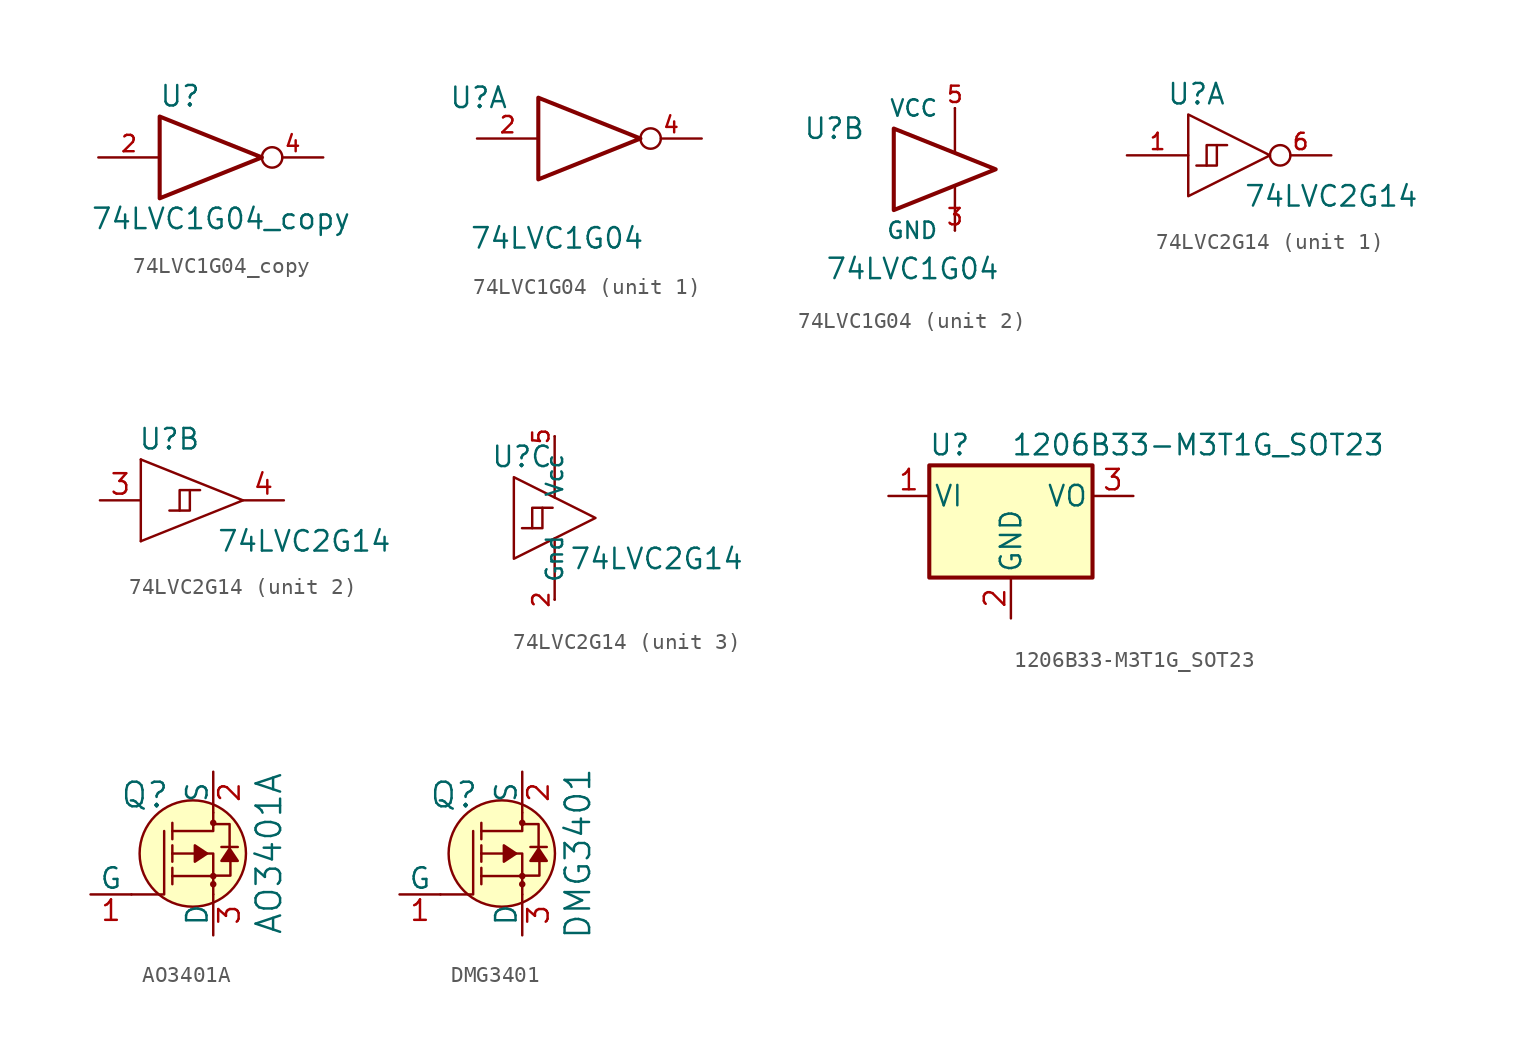
<source format=kicad_sym>
(kicad_symbol_lib
  (version 20211014)
  (generator kicad_symbol_editor)
  (symbol "74LVC1G04_copy"
    (pin_names
      (offset 1.016))
    (property "Reference" "U"
      (at -2.54 3.81 0)
      (effects (font (size 1.27 1.27))))
    (property "Value" "74LVC1G04_copy"
      (at 0 -3.81 0)
      (effects (font (size 1.27 1.27))))
    (symbol "74LVC1G04_copy_0_1"
      (polyline (pts (xy -3.81 2.54) (xy -3.81 -2.54) (xy 2.54 0) (xy -3.81 2.54)) (stroke (width 0.254) (type default) (color 0 0 0 0)) (fill (type none))))
    (symbol "74LVC1G04_copy_1_1"
      (pin input line (at -7.62 0 0) (length 3.81) (name "~" (effects (font (size 1.016 1.016)))) (number "2" (effects (font (size 1.016 1.016)))))
      (pin power_in line (at 0 -2.54 270) (length 0) hide (name "GND" (effects (font (size 1.016 1.016)))) (number "3" (effects (font (size 1.016 1.016)))))
      (pin output inverted (at 6.35 0 180) (length 3.81) (name "~" (effects (font (size 1.016 1.016)))) (number "4" (effects (font (size 1.016 1.016)))))
      (pin power_in line (at 0 2.54 90) (length 0) hide (name "VCC" (effects (font (size 1.016 1.016)))) (number "5" (effects (font (size 1.016 1.016)))))))
  (symbol "74LVC1G04"
    (pin_names
      (offset 1.016))
    (property "Reference" "U"
      (at -7.518 2.54 0)
      (effects (font (size 1.27 1.27))))
    (property "Value" "74LVC1G04"
      (at -2.642 -6.198 0)
      (effects (font (size 1.27 1.27))))
    (property "ki_locked" ""
      (at 0 0 0)
      (effects (font (size 1.27 1.27))))
    (symbol "74LVC1G04_0_1"
      (polyline (pts (xy -3.81 2.54) (xy -3.81 -2.54) (xy 2.54 0) (xy -3.81 2.54)) (stroke (width 0.254) (type default) (color 0 0 0 0)) (fill (type none))))
    (symbol "74LVC1G04_1_1"
      (pin input line (at -7.62 0 0) (length 3.81) (name "~" (effects (font (size 1.016 1.016)))) (number "2" (effects (font (size 1.016 1.016)))))
      (pin output inverted (at 6.35 0 180) (length 3.81) (name "~" (effects (font (size 1.016 1.016)))) (number "4" (effects (font (size 1.016 1.016))))))
    (symbol "74LVC1G04_2_1"
      (polyline (pts (xy 0 -3.81) (xy 0 -1.016)) (stroke (width 0) (type default) (color 0 0 0 0)) (fill (type none)))
      (polyline (pts (xy 0 3.81) (xy 0 1.092) (xy 0 1.118)) (stroke (width 0) (type default) (color 0 0 0 0)) (fill (type none)))
      (pin power_in line (at 0 -3.81 180) (length 0) (name "GND" (effects (font (size 1.016 1.016)))) (number "3" (effects (font (size 1.016 1.016)))))
      (pin power_in line (at 0 3.81 180) (length 0) (name "VCC" (effects (font (size 1.016 1.016)))) (number "5" (effects (font (size 1.016 1.016)))))))
  (symbol "74LVC2G14"
    (pin_names
      (offset 1.016))
    (property "Reference" "U"
      (at -0.762 3.81 0)
      (effects (font (size 1.27 1.27))))
    (property "Value" "74LVC2G14"
      (at 7.62 -2.54 0)
      (effects (font (size 1.27 1.27))))
    (property "ki_locked" ""
      (at 0 0 0)
      (effects (font (size 1.27 1.27))))
    (symbol "74LVC2G14_0_1"
      (polyline (pts (xy -0.127 -0.635) (xy 0.508 -0.635) (xy 0.508 0.635)) (stroke (width 0) (type default) (color 0 0 0 0)) (fill (type none)))
      (polyline (pts (xy -0.762 -0.635) (xy -0.127 -0.635) (xy -0.127 0.635) (xy 1.143 0.635)) (stroke (width 0) (type default) (color 0 0 0 0)) (fill (type none))))
    (symbol "74LVC2G14_1_1"
      (polyline (pts (xy -1.27 2.54) (xy -1.27 -2.54) (xy 3.81 0) (xy -1.27 2.54)) (stroke (width 0) (type default) (color 0 0 0 0)) (fill (type none)))
      (pin input line (at -5.08 0 0) (length 3.81) (name "~" (effects (font (size 1.016 1.016)))) (number "1" (effects (font (size 1.016 1.016)))))
      (pin output inverted (at 7.62 0 180) (length 3.81) (name "~" (effects (font (size 1.016 1.016)))) (number "6" (effects (font (size 1.016 1.016))))))
    (symbol "74LVC2G14_2_1"
      (polyline (pts (xy -2.54 2.54) (xy -2.54 -2.54)) (stroke (width 0) (type default) (color 0 0 0 0)) (fill (type none)))
      (polyline (pts (xy -2.54 2.54) (xy 3.81 0) (xy -2.54 -2.54)) (stroke (width 0) (type default) (color 0 0 0 0)) (fill (type none)))
      (pin input line (at -5.08 0 0) (length 2.54) (name "~" (effects (font (size 1.27 1.27)))) (number "3" (effects (font (size 1.27 1.27)))))
      (pin output line (at 6.35 0 180) (length 2.54) (name "~" (effects (font (size 1.27 1.27)))) (number "4" (effects (font (size 1.27 1.27))))))
    (symbol "74LVC2G14_3_1"
      (polyline (pts (xy 1.27 -1.27) (xy 1.27 -5.08)) (stroke (width 0) (type default) (color 0 0 0 0)) (fill (type none)))
      (polyline (pts (xy 1.27 1.27) (xy 1.27 5.08)) (stroke (width 0) (type default) (color 0 0 0 0)) (fill (type none)))
      (polyline (pts (xy 3.81 0) (xy -1.27 -2.54) (xy -1.27 2.54) (xy 3.81 0)) (stroke (width 0) (type default) (color 0 0 0 0)) (fill (type none)))
      (pin power_in line (at 1.27 -5.08 90) (length 0) (name "Gnd" (effects (font (size 1.016 1.016)))) (number "2" (effects (font (size 1.016 1.016)))))
      (pin power_in line (at 1.27 5.08 270) (length 0) (name "Vcc" (effects (font (size 1.016 1.016)))) (number "5" (effects (font (size 1.016 1.016)))))))
  (symbol "1206B33-M3T1G_SOT23"
    (pin_names
      (offset 0.254))
    (property "Reference" "U"
      (at -3.81 3.175 0)
      (effects (font (size 1.27 1.27))))
    (property "Value" "1206B33-M3T1G_SOT23"
      (at 0 3.175 0)
      (effects (font (size 1.27 1.27)) (justify left)))
    (symbol "1206B33-M3T1G_SOT23_0_1"
      (rectangle (start -5.08 -5.08) (end 5.08 1.905) (stroke (width 0.254) (type default) (color 0 0 0 0)) (fill (type background))))
    (symbol "1206B33-M3T1G_SOT23_1_1"
      (pin power_in line (at -7.62 0 0) (length 2.54) (name "VI" (effects (font (size 1.27 1.27)))) (number "1" (effects (font (size 1.27 1.27)))))
      (pin power_in line (at 0 -7.62 90) (length 2.54) (name "GND" (effects (font (size 1.27 1.27)))) (number "2" (effects (font (size 1.27 1.27)))))
      (pin power_out line (at 7.62 0 180) (length 2.54) (name "VO" (effects (font (size 1.27 1.27)))) (number "3" (effects (font (size 1.27 1.27)))))))
  (symbol "AO3401A"
    (pin_names
      (offset 0))
    (property "Reference" "Q"
      (at -2.692 3.632 0)
      (effects (font (size 1.524 1.524)) (justify right)))
    (property "Value" "AO3401A"
      (at 3.454 0 90)
      (effects (font (size 1.524 1.524))))
    (symbol "AO3401A_0_1"
      (circle (center -1.27 0) (radius 3.302) (stroke (width 0) (type default) (color 0 0 0 0)) (fill (type background)))
      (circle (center 0 -1.905) (radius 0.127) (stroke (width 0) (type default) (color 0 0 0 0)) (fill (type none)))
      (circle (center 0 -1.397) (radius 0.127) (stroke (width 0) (type default) (color 0 0 0 0)) (fill (type none)))
      (polyline (pts (xy 0 -1.397) (xy -2.54 -1.397)) (stroke (width 0) (type default) (color 0 0 0 0)) (fill (type none)))
      (polyline (pts (xy -5.08 -2.54) (xy -3.048 -2.54) (xy -3.048 1.397)) (stroke (width 0) (type default) (color 0 0 0 0)) (fill (type none)))
      (polyline (pts (xy 0 -2.54) (xy 0 0) (xy -2.54 0)) (stroke (width 0) (type default) (color 0 0 0 0)) (fill (type none)))
      (polyline (pts (xy 0 2.54) (xy 0 1.397) (xy -2.54 1.397)) (stroke (width 0) (type default) (color 0 0 0 0)) (fill (type none)))
      (polyline (pts (xy 1.016 0.356) (xy 1.016 1.829) (xy 0.051 1.829)) (stroke (width 0) (type default) (color 0 0 0 0)) (fill (type none)))
      (polyline (pts (xy 1.067 -0.508) (xy 1.067 -1.372) (xy 0.102 -1.372) (xy 0.102 -1.473)) (stroke (width 0) (type default) (color 0 0 0 0)) (fill (type none)))
      (circle (center 0 1.905) (radius 0.127) (stroke (width 0) (type default) (color 0 0 0 0)) (fill (type none))))
    (symbol "AO3401A_1_1"
      (polyline (pts (xy -2.54 -1.397) (xy -2.54 -1.905)) (stroke (width 0) (type default) (color 0 0 0 0)) (fill (type none)))
      (polyline (pts (xy -2.54 -1.397) (xy -2.54 -0.889)) (stroke (width 0) (type default) (color 0 0 0 0)) (fill (type none)))
      (polyline (pts (xy -2.54 0) (xy -2.54 -0.508)) (stroke (width 0) (type default) (color 0 0 0 0)) (fill (type none)))
      (polyline (pts (xy -2.54 0) (xy -2.54 0.508)) (stroke (width 0) (type default) (color 0 0 0 0)) (fill (type none)))
      (polyline (pts (xy -2.54 1.905) (xy -2.54 0.889)) (stroke (width 0) (type default) (color 0 0 0 0)) (fill (type none)))
      (polyline (pts (xy 1.524 0.406) (xy 0.508 0.406)) (stroke (width 0) (type default) (color 0 0 0 0)) (fill (type none)))
      (polyline (pts (xy -0.381 0) (xy -1.143 0.508) (xy -1.143 -0.508) (xy -0.381 0)) (stroke (width 0) (type default) (color 0 0 0 0)) (fill (type outline)))
      (polyline (pts (xy 1.016 0.305) (xy 1.524 -0.457) (xy 0.508 -0.457) (xy 1.016 0.305)) (stroke (width 0) (type default) (color 0 0 0 0)) (fill (type outline)))
      (pin bidirectional line (at -7.62 -2.54 0) (length 2.54) (name "G" (effects (font (size 1.27 1.27)))) (number "1" (effects (font (size 1.27 1.27)))))
      (pin bidirectional line (at 0 5.08 270) (length 2.54) (name "S" (effects (font (size 1.27 1.27)))) (number "2" (effects (font (size 1.27 1.27)))))
      (pin bidirectional line (at 0 -5.08 90) (length 2.54) (name "D" (effects (font (size 1.27 1.27)))) (number "3" (effects (font (size 1.27 1.27)))))))
  (symbol "DMG3401"
    (pin_names
      (offset 0))
    (property "Reference" "Q"
      (at -2.692 3.632 0)
      (effects (font (size 1.524 1.524)) (justify right)))
    (property "Value" "DMG3401"
      (at 3.454 0 90)
      (effects (font (size 1.524 1.524))))
    (symbol "DMG3401_0_1"
      (circle (center -1.27 0) (radius 3.302) (stroke (width 0) (type default) (color 0 0 0 0)) (fill (type background)))
      (circle (center 0 -1.905) (radius 0.127) (stroke (width 0) (type default) (color 0 0 0 0)) (fill (type none)))
      (circle (center 0 -1.397) (radius 0.127) (stroke (width 0) (type default) (color 0 0 0 0)) (fill (type none)))
      (polyline (pts (xy 0 -1.397) (xy -2.54 -1.397)) (stroke (width 0) (type default) (color 0 0 0 0)) (fill (type none)))
      (polyline (pts (xy -5.08 -2.54) (xy -3.048 -2.54) (xy -3.048 1.397)) (stroke (width 0) (type default) (color 0 0 0 0)) (fill (type none)))
      (polyline (pts (xy 0 -2.54) (xy 0 0) (xy -2.54 0)) (stroke (width 0) (type default) (color 0 0 0 0)) (fill (type none)))
      (polyline (pts (xy 0 2.54) (xy 0 1.397) (xy -2.54 1.397)) (stroke (width 0) (type default) (color 0 0 0 0)) (fill (type none)))
      (polyline (pts (xy 1.016 0.356) (xy 1.016 1.829) (xy 0.051 1.829)) (stroke (width 0) (type default) (color 0 0 0 0)) (fill (type none)))
      (polyline (pts (xy 1.067 -0.508) (xy 1.067 -1.372) (xy 0.102 -1.372) (xy 0.102 -1.473)) (stroke (width 0) (type default) (color 0 0 0 0)) (fill (type none)))
      (circle (center 0 1.905) (radius 0.127) (stroke (width 0) (type default) (color 0 0 0 0)) (fill (type none))))
    (symbol "DMG3401_1_1"
      (polyline (pts (xy -2.54 -1.397) (xy -2.54 -1.905)) (stroke (width 0) (type default) (color 0 0 0 0)) (fill (type none)))
      (polyline (pts (xy -2.54 -1.397) (xy -2.54 -0.889)) (stroke (width 0) (type default) (color 0 0 0 0)) (fill (type none)))
      (polyline (pts (xy -2.54 0) (xy -2.54 -0.508)) (stroke (width 0) (type default) (color 0 0 0 0)) (fill (type none)))
      (polyline (pts (xy -2.54 0) (xy -2.54 0.508)) (stroke (width 0) (type default) (color 0 0 0 0)) (fill (type none)))
      (polyline (pts (xy -2.54 1.905) (xy -2.54 0.889)) (stroke (width 0) (type default) (color 0 0 0 0)) (fill (type none)))
      (polyline (pts (xy 1.524 0.406) (xy 0.508 0.406)) (stroke (width 0) (type default) (color 0 0 0 0)) (fill (type none)))
      (polyline (pts (xy -0.381 0) (xy -1.143 0.508) (xy -1.143 -0.508) (xy -0.381 0)) (stroke (width 0) (type default) (color 0 0 0 0)) (fill (type outline)))
      (polyline (pts (xy 1.016 0.305) (xy 1.524 -0.457) (xy 0.508 -0.457) (xy 1.016 0.305)) (stroke (width 0) (type default) (color 0 0 0 0)) (fill (type outline)))
      (pin bidirectional line (at -7.62 -2.54 0) (length 2.54) (name "G" (effects (font (size 1.27 1.27)))) (number "1" (effects (font (size 1.27 1.27)))))
      (pin bidirectional line (at 0 5.08 270) (length 2.54) (name "S" (effects (font (size 1.27 1.27)))) (number "2" (effects (font (size 1.27 1.27)))))
      (pin bidirectional line (at 0 -5.08 90) (length 2.54) (name "D" (effects (font (size 1.27 1.27)))) (number "3" (effects (font (size 1.27 1.27))))))))
</source>
